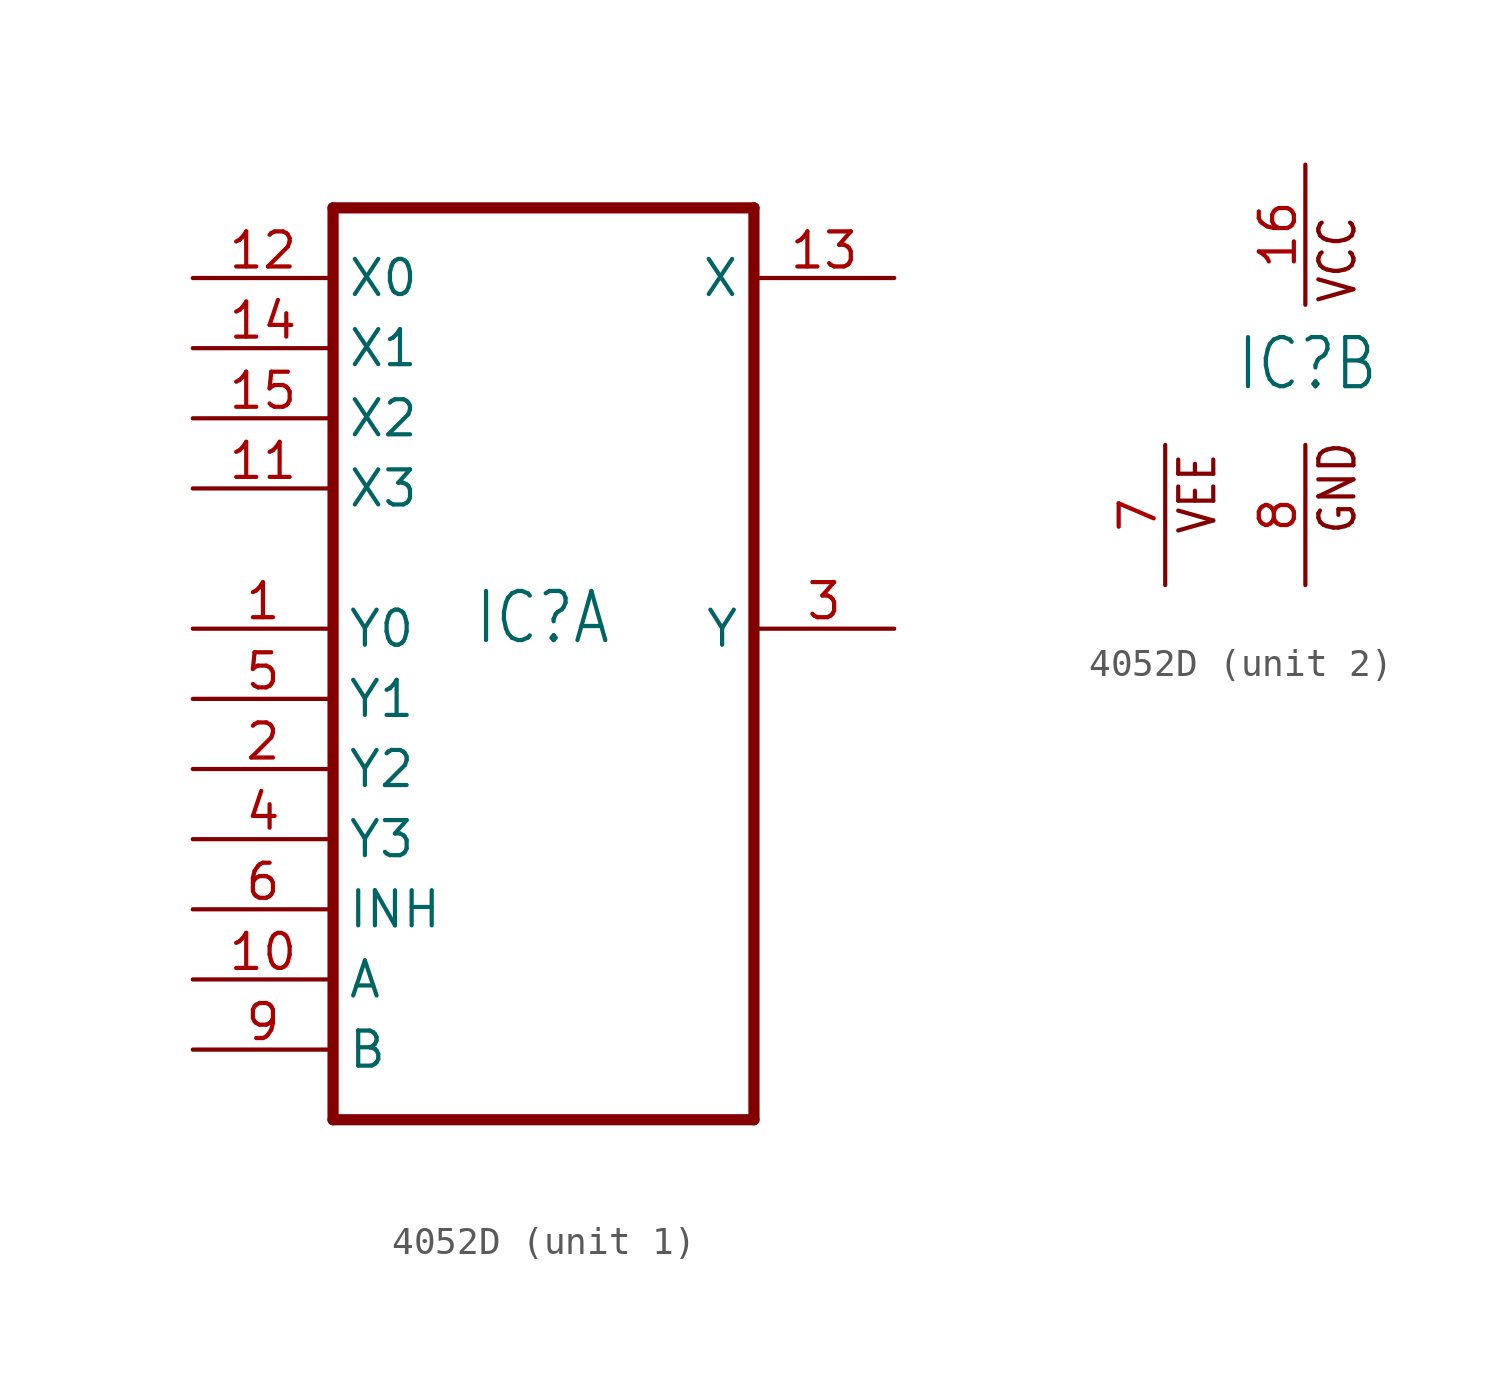
<source format=kicad_sym>
(kicad_symbol_lib
  (version 20211014)
  (generator kicad_symbol_editor)
  (symbol "4052D"
    (property "Reference" "IC"
      (at -2.54 -0.635 0)
      (effects (font (size 1.778 1.511)) (justify left bottom)))
    (property "ki_locked" ""
      (at 0 0 0)
      (effects (font (size 1.27 1.27))))
    (symbol "4052D_1_0"
      (polyline (pts (xy -7.62 -17.78) (xy 7.62 -17.78)) (stroke (width 0.406) (type default) (color 0 0 0 0)) (fill (type none)))
      (polyline (pts (xy -7.62 15.24) (xy -7.62 -17.78)) (stroke (width 0.406) (type default) (color 0 0 0 0)) (fill (type none)))
      (polyline (pts (xy 7.62 -17.78) (xy 7.62 15.24)) (stroke (width 0.406) (type default) (color 0 0 0 0)) (fill (type none)))
      (polyline (pts (xy 7.62 15.24) (xy -7.62 15.24)) (stroke (width 0.406) (type default) (color 0 0 0 0)) (fill (type none)))
      (pin bidirectional line (at -12.7 0 0) (length 5.08) (name "Y0" (effects (font (size 1.27 1.27)))) (number "1" (effects (font (size 1.27 1.27)))))
      (pin input line (at -12.7 -12.7 0) (length 5.08) (name "A" (effects (font (size 1.27 1.27)))) (number "10" (effects (font (size 1.27 1.27)))))
      (pin bidirectional line (at -12.7 5.08 0) (length 5.08) (name "X3" (effects (font (size 1.27 1.27)))) (number "11" (effects (font (size 1.27 1.27)))))
      (pin bidirectional line (at -12.7 12.7 0) (length 5.08) (name "X0" (effects (font (size 1.27 1.27)))) (number "12" (effects (font (size 1.27 1.27)))))
      (pin bidirectional line (at 12.7 12.7 180) (length 5.08) (name "X" (effects (font (size 1.27 1.27)))) (number "13" (effects (font (size 1.27 1.27)))))
      (pin bidirectional line (at -12.7 10.16 0) (length 5.08) (name "X1" (effects (font (size 1.27 1.27)))) (number "14" (effects (font (size 1.27 1.27)))))
      (pin bidirectional line (at -12.7 7.62 0) (length 5.08) (name "X2" (effects (font (size 1.27 1.27)))) (number "15" (effects (font (size 1.27 1.27)))))
      (pin bidirectional line (at -12.7 -5.08 0) (length 5.08) (name "Y2" (effects (font (size 1.27 1.27)))) (number "2" (effects (font (size 1.27 1.27)))))
      (pin bidirectional line (at 12.7 0 180) (length 5.08) (name "Y" (effects (font (size 1.27 1.27)))) (number "3" (effects (font (size 1.27 1.27)))))
      (pin bidirectional line (at -12.7 -7.62 0) (length 5.08) (name "Y3" (effects (font (size 1.27 1.27)))) (number "4" (effects (font (size 1.27 1.27)))))
      (pin bidirectional line (at -12.7 -2.54 0) (length 5.08) (name "Y1" (effects (font (size 1.27 1.27)))) (number "5" (effects (font (size 1.27 1.27)))))
      (pin input line (at -12.7 -10.16 0) (length 5.08) (name "INH" (effects (font (size 1.27 1.27)))) (number "6" (effects (font (size 1.27 1.27)))))
      (pin input line (at -12.7 -15.24 0) (length 5.08) (name "B" (effects (font (size 1.27 1.27)))) (number "9" (effects (font (size 1.27 1.27))))))
    (symbol "4052D_2_0"
      (text "GND" (at 1.905 -5.842 900) (effects (font (size 1.27 1.079)) (justify left bottom)))
      (text "VCC" (at 1.905 2.54 900) (effects (font (size 1.27 1.079)) (justify left bottom)))
      (text "VEE" (at -3.175 -5.842 900) (effects (font (size 1.27 1.079)) (justify left bottom)))
      (pin power_in line (at 0 7.62 270) (length 5.08) (name "VCC" (effects (font (size 0 0)))) (number "16" (effects (font (size 1.27 1.27)))))
      (pin power_in line (at -5.08 -7.62 90) (length 5.08) (name "VEE" (effects (font (size 0 0)))) (number "7" (effects (font (size 1.27 1.27)))))
      (pin power_in line (at 0 -7.62 90) (length 5.08) (name "GND" (effects (font (size 0 0)))) (number "8" (effects (font (size 1.27 1.27))))))))
</source>
